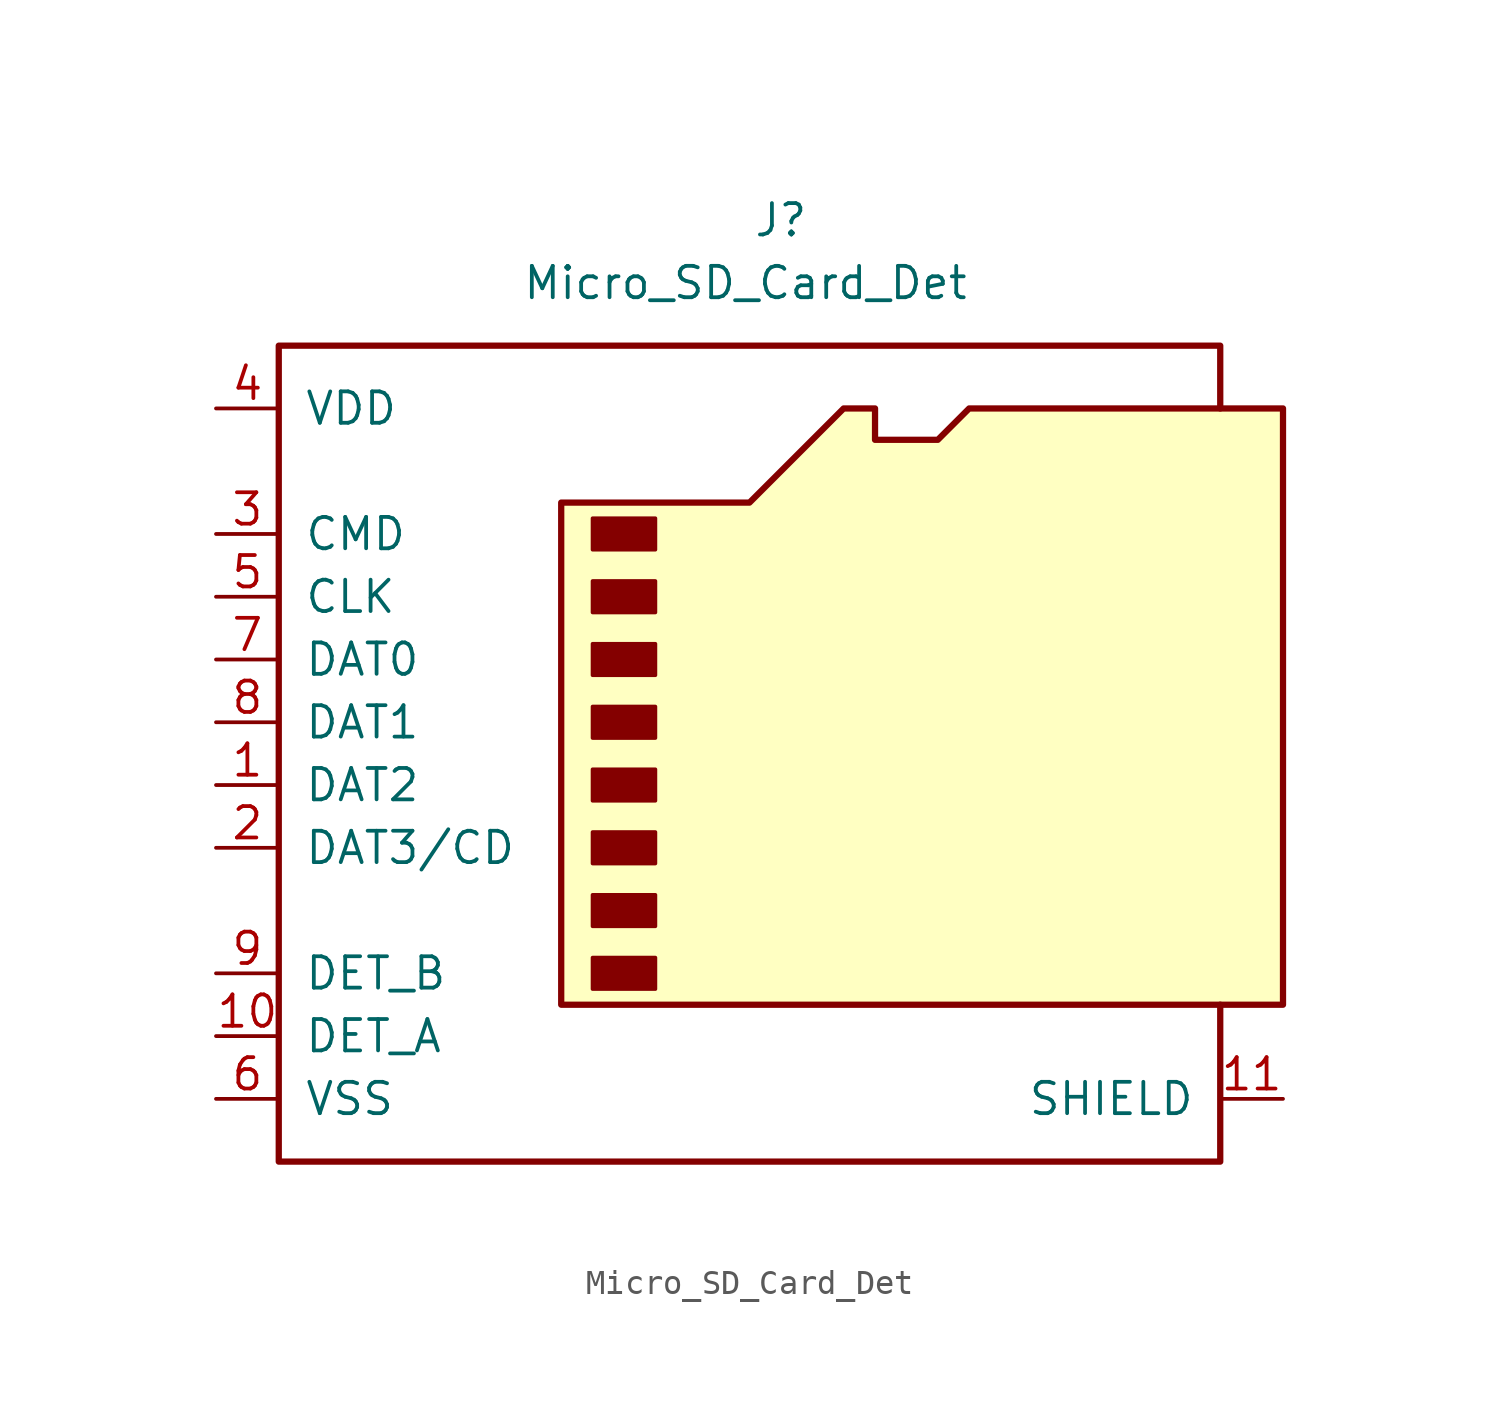
<source format=kicad_sym>
(kicad_symbol_lib
  (version 20211014)
  (generator kicad_symbol_editor)
  (symbol "Micro_SD_Card_Det"
    (pin_names
      (offset 1.016))
    (property "Reference" "J"
      (at 0 22.86 0)
      (effects (font (size 1.27 1.27))))
    (property "Value" "Micro_SD_Card_Det"
      (at 7.62 20.32 0)
      (effects (font (size 1.27 1.27)) (justify right)))
    (symbol "Micro_SD_Card_Det_0_1"
      (rectangle (start -7.62 -6.985) (end -5.08 -8.255) (stroke (width 0) (type default) (color 0 0 0 0)) (fill (type outline)))
      (rectangle (start -7.62 -4.445) (end -5.08 -5.715) (stroke (width 0) (type default) (color 0 0 0 0)) (fill (type outline)))
      (rectangle (start -7.62 -1.905) (end -5.08 -3.175) (stroke (width 0) (type default) (color 0 0 0 0)) (fill (type outline)))
      (rectangle (start -7.62 0.635) (end -5.08 -0.635) (stroke (width 0) (type default) (color 0 0 0 0)) (fill (type outline)))
      (rectangle (start -7.62 3.175) (end -5.08 1.905) (stroke (width 0) (type default) (color 0 0 0 0)) (fill (type outline)))
      (rectangle (start -7.62 5.715) (end -5.08 4.445) (stroke (width 0) (type default) (color 0 0 0 0)) (fill (type outline)))
      (rectangle (start -7.62 8.255) (end -5.08 6.985) (stroke (width 0) (type default) (color 0 0 0 0)) (fill (type outline)))
      (rectangle (start -7.62 10.795) (end -5.08 9.525) (stroke (width 0) (type default) (color 0 0 0 0)) (fill (type outline)))
      (polyline (pts (xy 17.78 15.24) (xy 17.78 17.78) (xy -20.32 17.78) (xy -20.32 -15.24) (xy 17.78 -15.24) (xy 17.78 -8.89)) (stroke (width 0.254) (type default) (color 0 0 0 0)) (fill (type none)))
      (polyline (pts (xy -8.89 -8.89) (xy -8.89 11.43) (xy -1.27 11.43) (xy 2.54 15.24) (xy 3.81 15.24) (xy 3.81 13.97) (xy 6.35 13.97) (xy 7.62 15.24) (xy 20.32 15.24) (xy 20.32 -8.89) (xy -8.89 -8.89)) (stroke (width 0.254) (type default) (color 0 0 0 0)) (fill (type background))))
    (symbol "Micro_SD_Card_Det_1_1"
      (pin bidirectional line (at -22.86 0 0) (length 2.54) (name "DAT2" (effects (font (size 1.27 1.27)))) (number "1" (effects (font (size 1.27 1.27)))))
      (pin passive line (at -22.86 -10.16 0) (length 2.54) (name "DET_A" (effects (font (size 1.27 1.27)))) (number "10" (effects (font (size 1.27 1.27)))))
      (pin passive line (at 20.32 -12.7 180) (length 2.54) (name "SHIELD" (effects (font (size 1.27 1.27)))) (number "11" (effects (font (size 1.27 1.27)))))
      (pin bidirectional line (at -22.86 -2.54 0) (length 2.54) (name "DAT3/CD" (effects (font (size 1.27 1.27)))) (number "2" (effects (font (size 1.27 1.27)))))
      (pin input line (at -22.86 10.16 0) (length 2.54) (name "CMD" (effects (font (size 1.27 1.27)))) (number "3" (effects (font (size 1.27 1.27)))))
      (pin power_in line (at -22.86 15.24 0) (length 2.54) (name "VDD" (effects (font (size 1.27 1.27)))) (number "4" (effects (font (size 1.27 1.27)))))
      (pin input line (at -22.86 7.62 0) (length 2.54) (name "CLK" (effects (font (size 1.27 1.27)))) (number "5" (effects (font (size 1.27 1.27)))))
      (pin power_in line (at -22.86 -12.7 0) (length 2.54) (name "VSS" (effects (font (size 1.27 1.27)))) (number "6" (effects (font (size 1.27 1.27)))))
      (pin bidirectional line (at -22.86 5.08 0) (length 2.54) (name "DAT0" (effects (font (size 1.27 1.27)))) (number "7" (effects (font (size 1.27 1.27)))))
      (pin bidirectional line (at -22.86 2.54 0) (length 2.54) (name "DAT1" (effects (font (size 1.27 1.27)))) (number "8" (effects (font (size 1.27 1.27)))))
      (pin passive line (at -22.86 -7.62 0) (length 2.54) (name "DET_B" (effects (font (size 1.27 1.27)))) (number "9" (effects (font (size 1.27 1.27))))))))
</source>
